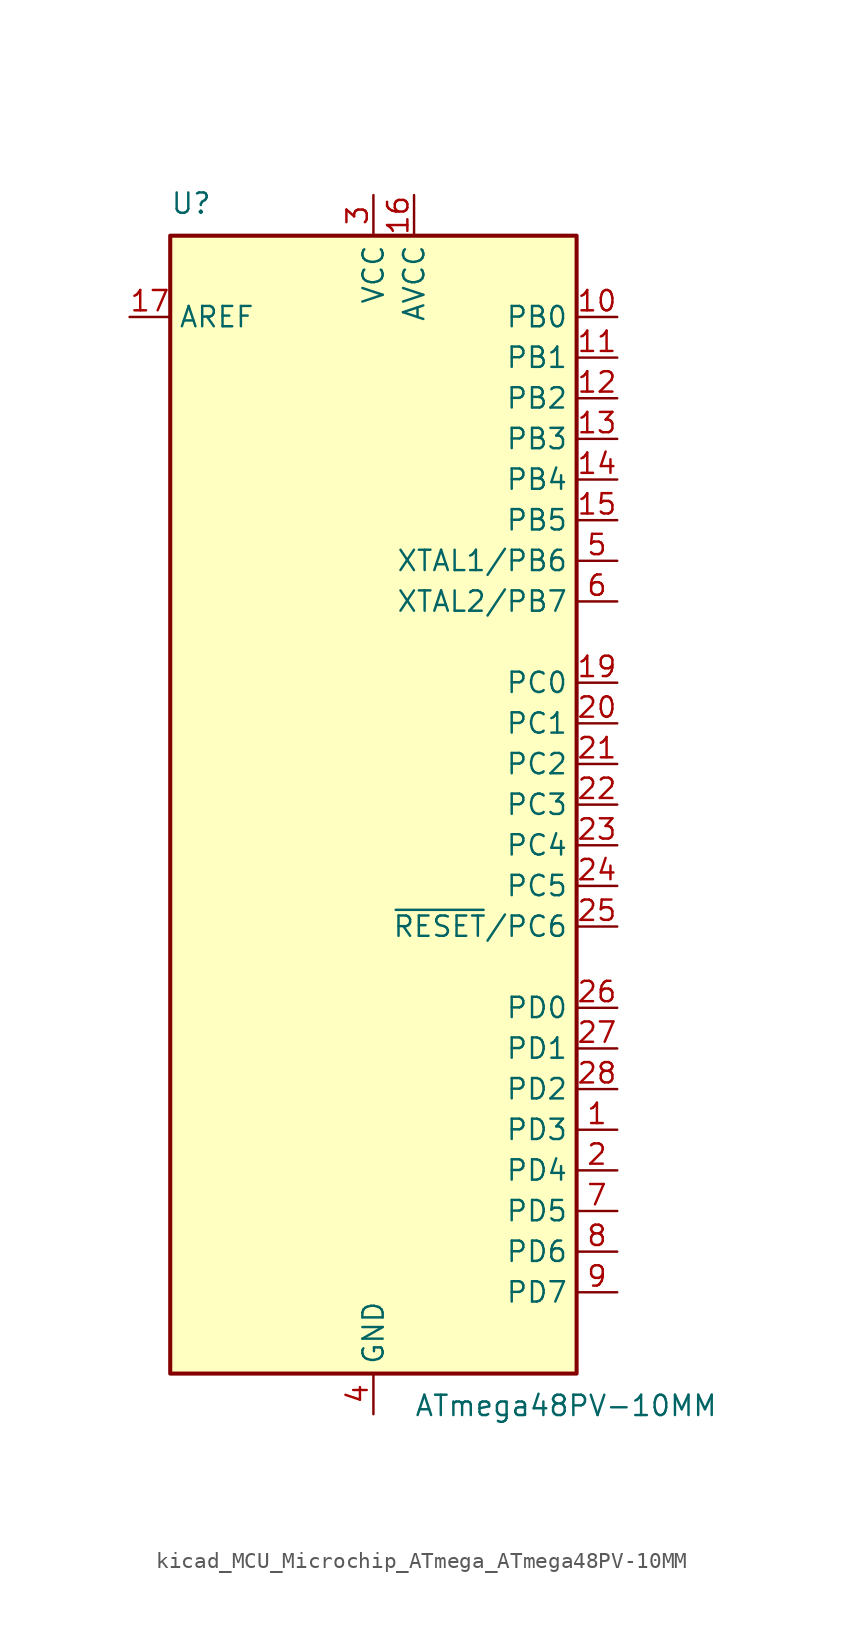
<source format=kicad_sym>
(kicad_symbol_lib
  (version 20220914)
  (generator kicad_symbol_editor)
  (symbol "kicad_MCU_Microchip_ATmega_ATmega48PV-10MM"
    (property "Reference" "U"
      (at -12.7 36.83 0)
      (effects (font (size 1.27 1.27)) (justify left bottom)))
    (property "Value" "ATmega48PV-10MM"
      (at 2.54 -36.83 0)
      (effects (font (size 1.27 1.27)) (justify left top)))
    (symbol "kicad_MCU_Microchip_ATmega_ATmega48PV-10MM_0_1"
      (rectangle (start -12.7 -35.56) (end 12.7 35.56) (stroke (width 0.254) (type default)) (fill (type background))))
    (symbol "kicad_MCU_Microchip_ATmega_ATmega48PV-10MM_1_1"
      (pin bidirectional line (at 15.24 -20.32 180) (length 2.54) (name "PD3" (effects (font (size 1.27 1.27)))) (number "1" (effects (font (size 1.27 1.27)))))
      (pin bidirectional line (at 15.24 30.48 180) (length 2.54) (name "PB0" (effects (font (size 1.27 1.27)))) (number "10" (effects (font (size 1.27 1.27)))))
      (pin bidirectional line (at 15.24 27.94 180) (length 2.54) (name "PB1" (effects (font (size 1.27 1.27)))) (number "11" (effects (font (size 1.27 1.27)))))
      (pin bidirectional line (at 15.24 25.4 180) (length 2.54) (name "PB2" (effects (font (size 1.27 1.27)))) (number "12" (effects (font (size 1.27 1.27)))))
      (pin bidirectional line (at 15.24 22.86 180) (length 2.54) (name "PB3" (effects (font (size 1.27 1.27)))) (number "13" (effects (font (size 1.27 1.27)))))
      (pin bidirectional line (at 15.24 20.32 180) (length 2.54) (name "PB4" (effects (font (size 1.27 1.27)))) (number "14" (effects (font (size 1.27 1.27)))))
      (pin bidirectional line (at 15.24 17.78 180) (length 2.54) (name "PB5" (effects (font (size 1.27 1.27)))) (number "15" (effects (font (size 1.27 1.27)))))
      (pin power_in line (at 2.54 38.1 270) (length 2.54) (name "AVCC" (effects (font (size 1.27 1.27)))) (number "16" (effects (font (size 1.27 1.27)))))
      (pin passive line (at -15.24 30.48 0) (length 2.54) (name "AREF" (effects (font (size 1.27 1.27)))) (number "17" (effects (font (size 1.27 1.27)))))
      (pin passive line (at 0 -38.1 90) (length 2.54) hide (name "GND" (effects (font (size 1.27 1.27)))) (number "18" (effects (font (size 1.27 1.27)))))
      (pin bidirectional line (at 15.24 7.62 180) (length 2.54) (name "PC0" (effects (font (size 1.27 1.27)))) (number "19" (effects (font (size 1.27 1.27)))))
      (pin bidirectional line (at 15.24 -22.86 180) (length 2.54) (name "PD4" (effects (font (size 1.27 1.27)))) (number "2" (effects (font (size 1.27 1.27)))))
      (pin bidirectional line (at 15.24 5.08 180) (length 2.54) (name "PC1" (effects (font (size 1.27 1.27)))) (number "20" (effects (font (size 1.27 1.27)))))
      (pin bidirectional line (at 15.24 2.54 180) (length 2.54) (name "PC2" (effects (font (size 1.27 1.27)))) (number "21" (effects (font (size 1.27 1.27)))))
      (pin bidirectional line (at 15.24 0 180) (length 2.54) (name "PC3" (effects (font (size 1.27 1.27)))) (number "22" (effects (font (size 1.27 1.27)))))
      (pin bidirectional line (at 15.24 -2.54 180) (length 2.54) (name "PC4" (effects (font (size 1.27 1.27)))) (number "23" (effects (font (size 1.27 1.27)))))
      (pin bidirectional line (at 15.24 -5.08 180) (length 2.54) (name "PC5" (effects (font (size 1.27 1.27)))) (number "24" (effects (font (size 1.27 1.27)))))
      (pin bidirectional line (at 15.24 -7.62 180) (length 2.54) (name "~{RESET}/PC6" (effects (font (size 1.27 1.27)))) (number "25" (effects (font (size 1.27 1.27)))))
      (pin bidirectional line (at 15.24 -12.7 180) (length 2.54) (name "PD0" (effects (font (size 1.27 1.27)))) (number "26" (effects (font (size 1.27 1.27)))))
      (pin bidirectional line (at 15.24 -15.24 180) (length 2.54) (name "PD1" (effects (font (size 1.27 1.27)))) (number "27" (effects (font (size 1.27 1.27)))))
      (pin bidirectional line (at 15.24 -17.78 180) (length 2.54) (name "PD2" (effects (font (size 1.27 1.27)))) (number "28" (effects (font (size 1.27 1.27)))))
      (pin passive line (at 0 -38.1 90) (length 2.54) hide (name "GND" (effects (font (size 1.27 1.27)))) (number "29" (effects (font (size 1.27 1.27)))))
      (pin power_in line (at 0 38.1 270) (length 2.54) (name "VCC" (effects (font (size 1.27 1.27)))) (number "3" (effects (font (size 1.27 1.27)))))
      (pin power_in line (at 0 -38.1 90) (length 2.54) (name "GND" (effects (font (size 1.27 1.27)))) (number "4" (effects (font (size 1.27 1.27)))))
      (pin bidirectional line (at 15.24 15.24 180) (length 2.54) (name "XTAL1/PB6" (effects (font (size 1.27 1.27)))) (number "5" (effects (font (size 1.27 1.27)))))
      (pin bidirectional line (at 15.24 12.7 180) (length 2.54) (name "XTAL2/PB7" (effects (font (size 1.27 1.27)))) (number "6" (effects (font (size 1.27 1.27)))))
      (pin bidirectional line (at 15.24 -25.4 180) (length 2.54) (name "PD5" (effects (font (size 1.27 1.27)))) (number "7" (effects (font (size 1.27 1.27)))))
      (pin bidirectional line (at 15.24 -27.94 180) (length 2.54) (name "PD6" (effects (font (size 1.27 1.27)))) (number "8" (effects (font (size 1.27 1.27)))))
      (pin bidirectional line (at 15.24 -30.48 180) (length 2.54) (name "PD7" (effects (font (size 1.27 1.27)))) (number "9" (effects (font (size 1.27 1.27))))))))
</source>
